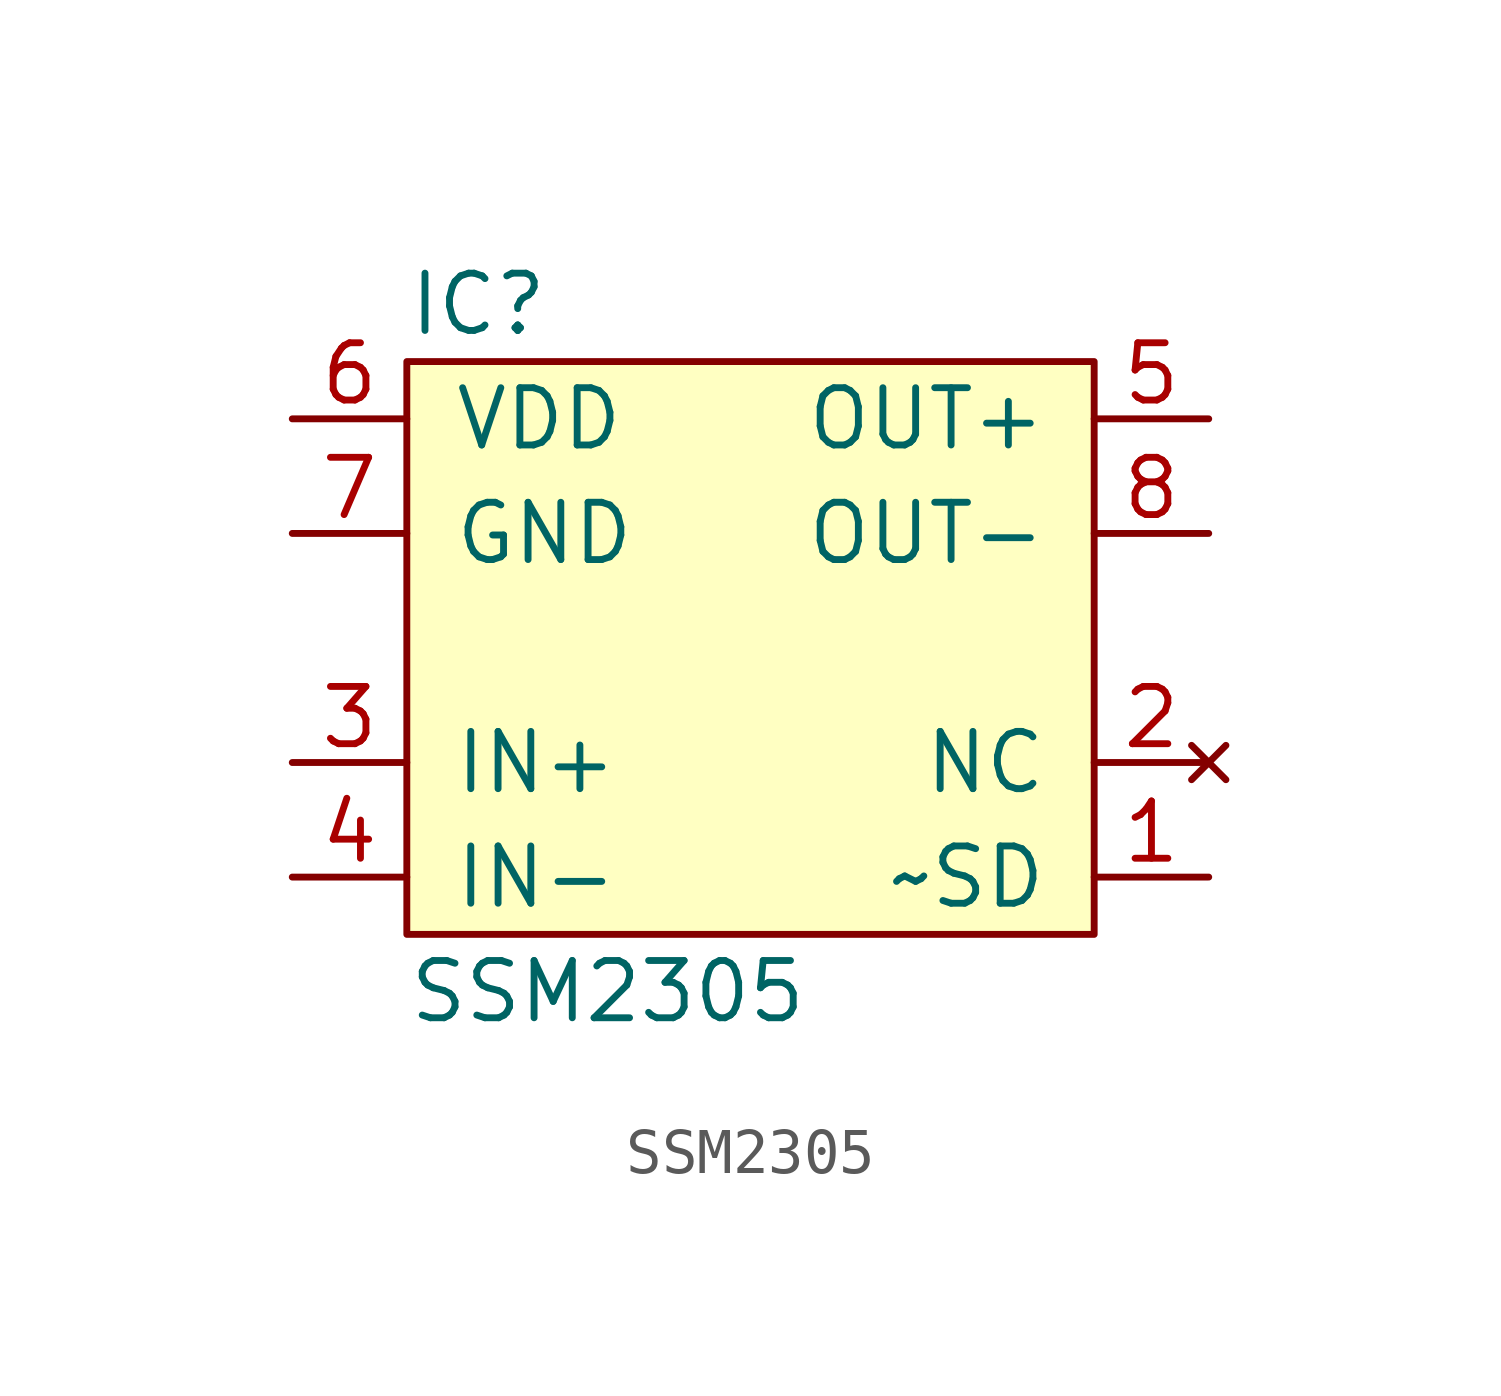
<source format=kicad_sym>
(kicad_symbol_lib
  (version 20211014)
  (generator agg_kicad.build_lib_ic)
  (symbol "SSM2305"
    (pin_names
      (offset 1.016))
    (property Reference IC
      (at -7.62 7.62 0)
      (effects (font (size 1.27 1.27)) (justify left)))
    (property Value "SSM2305"
      (at -7.62 -7.62 0)
      (effects (font (size 1.27 1.27)) (justify left)))
    (symbol "SSM2305_0_0"
      (rectangle (start -7.62 6.35) (end 7.62 -6.35) (stroke (width 0) (type default) (color 0 0 0 0)) (fill (type background)))
      (pin power_in line (at -10.16 5.08 0) (length 2.54) (name VDD (effects (font (size 1.27 1.27)))) (number "6" (effects (font (size 1.27 1.27)))))
      (pin power_in line (at -10.16 2.54 0) (length 2.54) (name GND (effects (font (size 1.27 1.27)))) (number "7" (effects (font (size 1.27 1.27)))))
      (pin input line (at -10.16 -2.54 0) (length 2.54) (name "IN+" (effects (font (size 1.27 1.27)))) (number "3" (effects (font (size 1.27 1.27)))))
      (pin input line (at -10.16 -5.08 0) (length 2.54) (name "IN-" (effects (font (size 1.27 1.27)))) (number "4" (effects (font (size 1.27 1.27)))))
      (pin output line (at 10.16 5.08 180) (length 2.54) (name "OUT+" (effects (font (size 1.27 1.27)))) (number "5" (effects (font (size 1.27 1.27)))))
      (pin output line (at 10.16 2.54 180) (length 2.54) (name "OUT-" (effects (font (size 1.27 1.27)))) (number "8" (effects (font (size 1.27 1.27)))))
      (pin no_connect line (at 10.16 -2.54 180) (length 2.54) (name NC (effects (font (size 1.27 1.27)))) (number "2" (effects (font (size 1.27 1.27)))))
      (pin input line (at 10.16 -5.08 180) (length 2.54) (name "~SD" (effects (font (size 1.27 1.27)))) (number "1" (effects (font (size 1.27 1.27))))))))
</source>
